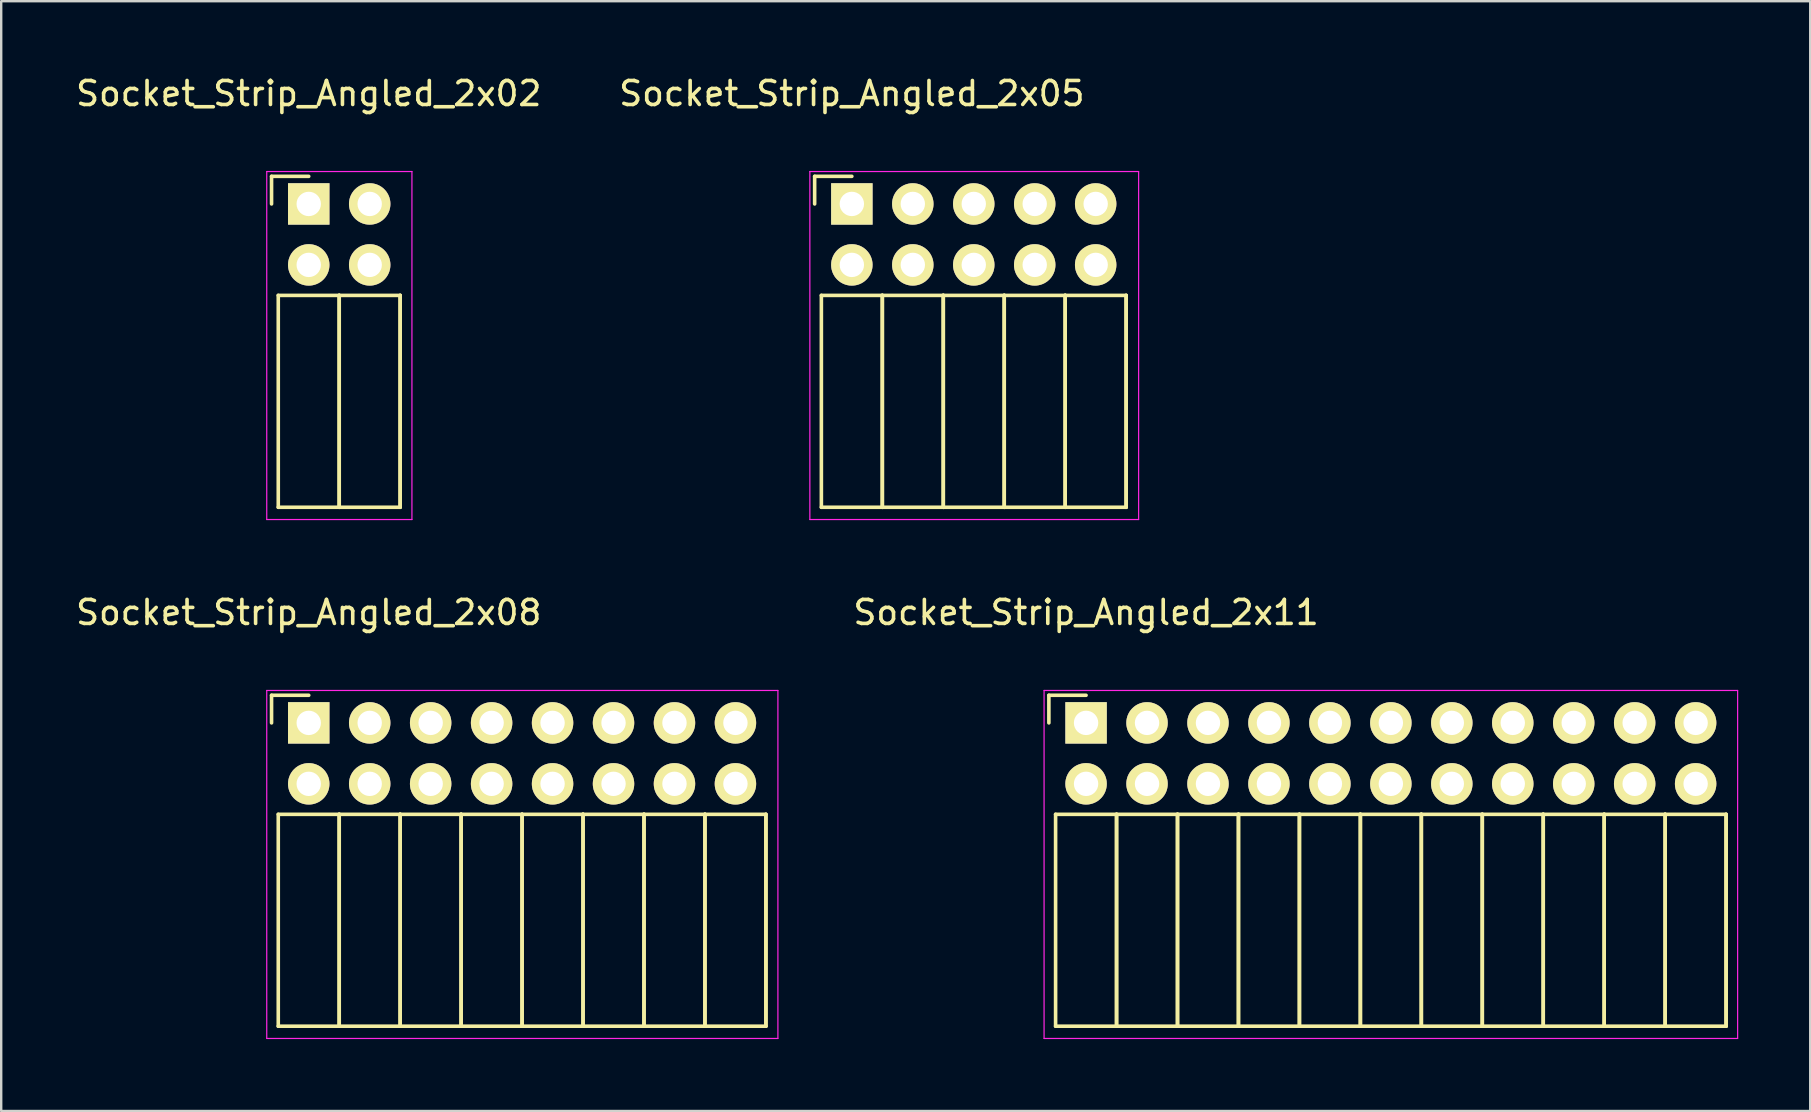
<source format=kicad_pcb>
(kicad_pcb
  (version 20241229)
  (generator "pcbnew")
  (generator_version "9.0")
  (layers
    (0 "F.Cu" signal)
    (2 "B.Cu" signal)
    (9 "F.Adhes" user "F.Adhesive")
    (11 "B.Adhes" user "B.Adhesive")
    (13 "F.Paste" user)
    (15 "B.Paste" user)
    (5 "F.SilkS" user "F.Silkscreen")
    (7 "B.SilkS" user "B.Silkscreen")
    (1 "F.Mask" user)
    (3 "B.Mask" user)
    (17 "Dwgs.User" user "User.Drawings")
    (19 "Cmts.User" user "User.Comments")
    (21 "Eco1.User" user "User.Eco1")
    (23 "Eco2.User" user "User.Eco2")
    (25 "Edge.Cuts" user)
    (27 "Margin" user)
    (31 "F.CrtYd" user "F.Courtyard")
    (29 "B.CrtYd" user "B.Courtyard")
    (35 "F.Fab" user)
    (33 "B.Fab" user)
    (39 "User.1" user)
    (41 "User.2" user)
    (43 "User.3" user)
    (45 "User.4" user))
  (footprint "Socket_Strip_Angled_2x11"
    (layer "F.Cu")
    (at 42.206 27.072)
    (property "Reference" "Socket_Strip_Angled_2x11" (at 0 -4.6 0) (layer "F.SilkS") (effects (font (size 1 1) (thickness 0.15))))
    (attr through_hole)
    (fp_line (start -1.55 -1.15) (end -1.55 0) (stroke (width 0.15) (type solid)) (layer "F.SilkS"))
    (fp_line (start -1.27 3.81) (end -1.27 12.64) (stroke (width 0.15) (type solid)) (layer "F.SilkS"))
    (fp_line (start -1.27 3.81) (end 1.27 3.81) (stroke (width 0.15) (type solid)) (layer "F.SilkS"))
    (fp_line (start -1.27 12.64) (end 1.27 12.64) (stroke (width 0.15) (type solid)) (layer "F.SilkS"))
    (fp_line (start 0 -1.15) (end -1.55 -1.15) (stroke (width 0.15) (type solid)) (layer "F.SilkS"))
    (fp_line (start 1.27 3.81) (end 1.27 12.64) (stroke (width 0.15) (type solid)) (layer "F.SilkS"))
    (fp_line (start 1.27 3.81) (end 3.81 3.81) (stroke (width 0.15) (type solid)) (layer "F.SilkS"))
    (fp_line (start 1.27 12.64) (end 1.27 3.81) (stroke (width 0.15) (type solid)) (layer "F.SilkS"))
    (fp_line (start 1.27 12.64) (end 3.81 12.64) (stroke (width 0.15) (type solid)) (layer "F.SilkS"))
    (fp_line (start 3.81 3.81) (end 3.81 12.64) (stroke (width 0.15) (type solid)) (layer "F.SilkS"))
    (fp_line (start 3.81 3.81) (end 6.35 3.81) (stroke (width 0.15) (type solid)) (layer "F.SilkS"))
    (fp_line (start 3.81 12.64) (end 3.81 3.81) (stroke (width 0.15) (type solid)) (layer "F.SilkS"))
    (fp_line (start 3.81 12.64) (end 6.35 12.64) (stroke (width 0.15) (type solid)) (layer "F.SilkS"))
    (fp_line (start 6.35 3.81) (end 6.35 12.64) (stroke (width 0.15) (type solid)) (layer "F.SilkS"))
    (fp_line (start 6.35 3.81) (end 8.89 3.81) (stroke (width 0.15) (type solid)) (layer "F.SilkS"))
    (fp_line (start 6.35 12.64) (end 6.35 3.81) (stroke (width 0.15) (type solid)) (layer "F.SilkS"))
    (fp_line (start 6.35 12.64) (end 8.89 12.64) (stroke (width 0.15) (type solid)) (layer "F.SilkS"))
    (fp_line (start 8.89 3.81) (end 8.89 12.64) (stroke (width 0.15) (type solid)) (layer "F.SilkS"))
    (fp_line (start 8.89 3.81) (end 11.43 3.81) (stroke (width 0.15) (type solid)) (layer "F.SilkS"))
    (fp_line (start 8.89 12.64) (end 8.89 3.81) (stroke (width 0.15) (type solid)) (layer "F.SilkS"))
    (fp_line (start 8.89 12.64) (end 11.43 12.64) (stroke (width 0.15) (type solid)) (layer "F.SilkS"))
    (fp_line (start 11.43 3.81) (end 11.43 12.64) (stroke (width 0.15) (type solid)) (layer "F.SilkS"))
    (fp_line (start 11.43 3.81) (end 13.97 3.81) (stroke (width 0.15) (type solid)) (layer "F.SilkS"))
    (fp_line (start 11.43 12.64) (end 11.43 3.81) (stroke (width 0.15) (type solid)) (layer "F.SilkS"))
    (fp_line (start 11.43 12.64) (end 13.97 12.64) (stroke (width 0.15) (type solid)) (layer "F.SilkS"))
    (fp_line (start 13.97 3.81) (end 13.97 12.64) (stroke (width 0.15) (type solid)) (layer "F.SilkS"))
    (fp_line (start 13.97 3.81) (end 16.51 3.81) (stroke (width 0.15) (type solid)) (layer "F.SilkS"))
    (fp_line (start 13.97 12.64) (end 13.97 3.81) (stroke (width 0.15) (type solid)) (layer "F.SilkS"))
    (fp_line (start 13.97 12.64) (end 16.51 12.64) (stroke (width 0.15) (type solid)) (layer "F.SilkS"))
    (fp_line (start 16.51 3.81) (end 16.51 12.64) (stroke (width 0.15) (type solid)) (layer "F.SilkS"))
    (fp_line (start 16.51 3.81) (end 19.05 3.81) (stroke (width 0.15) (type solid)) (layer "F.SilkS"))
    (fp_line (start 16.51 12.64) (end 16.51 3.81) (stroke (width 0.15) (type solid)) (layer "F.SilkS"))
    (fp_line (start 16.51 12.64) (end 19.05 12.64) (stroke (width 0.15) (type solid)) (layer "F.SilkS"))
    (fp_line (start 19.05 3.81) (end 19.05 12.64) (stroke (width 0.15) (type solid)) (layer "F.SilkS"))
    (fp_line (start 19.05 3.81) (end 21.59 3.81) (stroke (width 0.15) (type solid)) (layer "F.SilkS"))
    (fp_line (start 19.05 12.64) (end 19.05 3.81) (stroke (width 0.15) (type solid)) (layer "F.SilkS"))
    (fp_line (start 19.05 12.64) (end 21.59 12.64) (stroke (width 0.15) (type solid)) (layer "F.SilkS"))
    (fp_line (start 21.59 3.81) (end 21.59 12.64) (stroke (width 0.15) (type solid)) (layer "F.SilkS"))
    (fp_line (start 21.59 3.81) (end 24.13 3.81) (stroke (width 0.15) (type solid)) (layer "F.SilkS"))
    (fp_line (start 21.59 12.64) (end 21.59 3.81) (stroke (width 0.15) (type solid)) (layer "F.SilkS"))
    (fp_line (start 21.59 12.64) (end 24.13 12.64) (stroke (width 0.15) (type solid)) (layer "F.SilkS"))
    (fp_line (start 24.13 3.81) (end 24.13 12.64) (stroke (width 0.15) (type solid)) (layer "F.SilkS"))
    (fp_line (start 24.13 3.81) (end 26.67 3.81) (stroke (width 0.15) (type solid)) (layer "F.SilkS"))
    (fp_line (start 24.13 12.64) (end 24.13 3.81) (stroke (width 0.15) (type solid)) (layer "F.SilkS"))
    (fp_line (start 24.13 12.64) (end 26.67 12.64) (stroke (width 0.15) (type solid)) (layer "F.SilkS"))
    (fp_line (start 26.67 3.81) (end 26.67 12.64) (stroke (width 0.15) (type solid)) (layer "F.SilkS"))
    (fp_line (start 26.67 12.64) (end 26.67 3.81) (stroke (width 0.15) (type solid)) (layer "F.SilkS"))
    (fp_line (start -1.75 -1.35) (end -1.75 13.15) (stroke (width 0.05) (type solid)) (layer "F.CrtYd"))
    (fp_line (start -1.75 -1.35) (end 27.15 -1.35) (stroke (width 0.05) (type solid)) (layer "F.CrtYd"))
    (fp_line (start -1.75 13.15) (end 27.15 13.15) (stroke (width 0.05) (type solid)) (layer "F.CrtYd"))
    (fp_line (start 27.15 -1.35) (end 27.15 13.15) (stroke (width 0.05) (type solid)) (layer "F.CrtYd"))
    (pad "1" thru_hole rect (at 0 0) (size 1.727 1.727) (drill 1.016) (layers "*.Cu" "*.Mask" "F.SilkS"))
    (pad "2" thru_hole oval (at 0 2.54) (size 1.727 1.727) (drill 1.016) (layers "*.Cu" "*.Mask" "F.SilkS"))
    (pad "3" thru_hole oval (at 2.54 0) (size 1.727 1.727) (drill 1.016) (layers "*.Cu" "*.Mask" "F.SilkS"))
    (pad "4" thru_hole oval (at 2.54 2.54) (size 1.727 1.727) (drill 1.016) (layers "*.Cu" "*.Mask" "F.SilkS"))
    (pad "5" thru_hole oval (at 5.08 0) (size 1.727 1.727) (drill 1.016) (layers "*.Cu" "*.Mask" "F.SilkS"))
    (pad "6" thru_hole oval (at 5.08 2.54) (size 1.727 1.727) (drill 1.016) (layers "*.Cu" "*.Mask" "F.SilkS"))
    (pad "7" thru_hole oval (at 7.62 0) (size 1.727 1.727) (drill 1.016) (layers "*.Cu" "*.Mask" "F.SilkS"))
    (pad "8" thru_hole oval (at 7.62 2.54) (size 1.727 1.727) (drill 1.016) (layers "*.Cu" "*.Mask" "F.SilkS"))
    (pad "9" thru_hole oval (at 10.16 0) (size 1.727 1.727) (drill 1.016) (layers "*.Cu" "*.Mask" "F.SilkS"))
    (pad "10" thru_hole oval (at 10.16 2.54) (size 1.727 1.727) (drill 1.016) (layers "*.Cu" "*.Mask" "F.SilkS"))
    (pad "11" thru_hole oval (at 12.7 0) (size 1.727 1.727) (drill 1.016) (layers "*.Cu" "*.Mask" "F.SilkS"))
    (pad "12" thru_hole oval (at 12.7 2.54) (size 1.727 1.727) (drill 1.016) (layers "*.Cu" "*.Mask" "F.SilkS"))
    (pad "13" thru_hole oval (at 15.24 0) (size 1.727 1.727) (drill 1.016) (layers "*.Cu" "*.Mask" "F.SilkS"))
    (pad "14" thru_hole oval (at 15.24 2.54) (size 1.727 1.727) (drill 1.016) (layers "*.Cu" "*.Mask" "F.SilkS"))
    (pad "15" thru_hole oval (at 17.78 0) (size 1.727 1.727) (drill 1.016) (layers "*.Cu" "*.Mask" "F.SilkS"))
    (pad "16" thru_hole oval (at 17.78 2.54) (size 1.727 1.727) (drill 1.016) (layers "*.Cu" "*.Mask" "F.SilkS"))
    (pad "17" thru_hole oval (at 20.32 0) (size 1.727 1.727) (drill 1.016) (layers "*.Cu" "*.Mask" "F.SilkS"))
    (pad "18" thru_hole oval (at 20.32 2.54) (size 1.727 1.727) (drill 1.016) (layers "*.Cu" "*.Mask" "F.SilkS"))
    (pad "19" thru_hole oval (at 22.86 0) (size 1.727 1.727) (drill 1.016) (layers "*.Cu" "*.Mask" "F.SilkS"))
    (pad "20" thru_hole oval (at 22.86 2.54) (size 1.727 1.727) (drill 1.016) (layers "*.Cu" "*.Mask" "F.SilkS"))
    (pad "21" thru_hole oval (at 25.4 0) (size 1.727 1.727) (drill 1.016) (layers "*.Cu" "*.Mask" "F.SilkS"))
    (pad "22" thru_hole oval (at 25.4 2.54) (size 1.727 1.727) (drill 1.016) (layers "*.Cu" "*.Mask" "F.SilkS")))
  (footprint "Socket_Strip_Angled_2x05"
    (layer "F.Cu")
    (at 32.446 5.448)
    (property "Reference" "Socket_Strip_Angled_2x05" (at 0 -4.6 0) (layer "F.SilkS") (effects (font (size 1 1) (thickness 0.15))))
    (attr through_hole)
    (fp_line (start -1.55 -1.15) (end -1.55 0) (stroke (width 0.15) (type solid)) (layer "F.SilkS"))
    (fp_line (start -1.27 3.81) (end -1.27 12.64) (stroke (width 0.15) (type solid)) (layer "F.SilkS"))
    (fp_line (start -1.27 3.81) (end 1.27 3.81) (stroke (width 0.15) (type solid)) (layer "F.SilkS"))
    (fp_line (start -1.27 12.64) (end 1.27 12.64) (stroke (width 0.15) (type solid)) (layer "F.SilkS"))
    (fp_line (start 0 -1.15) (end -1.55 -1.15) (stroke (width 0.15) (type solid)) (layer "F.SilkS"))
    (fp_line (start 1.27 3.81) (end 1.27 12.64) (stroke (width 0.15) (type solid)) (layer "F.SilkS"))
    (fp_line (start 1.27 3.81) (end 3.81 3.81) (stroke (width 0.15) (type solid)) (layer "F.SilkS"))
    (fp_line (start 1.27 12.64) (end 1.27 3.81) (stroke (width 0.15) (type solid)) (layer "F.SilkS"))
    (fp_line (start 1.27 12.64) (end 3.81 12.64) (stroke (width 0.15) (type solid)) (layer "F.SilkS"))
    (fp_line (start 3.81 3.81) (end 3.81 12.64) (stroke (width 0.15) (type solid)) (layer "F.SilkS"))
    (fp_line (start 3.81 3.81) (end 6.35 3.81) (stroke (width 0.15) (type solid)) (layer "F.SilkS"))
    (fp_line (start 3.81 12.64) (end 3.81 3.81) (stroke (width 0.15) (type solid)) (layer "F.SilkS"))
    (fp_line (start 3.81 12.64) (end 6.35 12.64) (stroke (width 0.15) (type solid)) (layer "F.SilkS"))
    (fp_line (start 6.35 3.81) (end 6.35 12.64) (stroke (width 0.15) (type solid)) (layer "F.SilkS"))
    (fp_line (start 6.35 3.81) (end 8.89 3.81) (stroke (width 0.15) (type solid)) (layer "F.SilkS"))
    (fp_line (start 6.35 12.64) (end 6.35 3.81) (stroke (width 0.15) (type solid)) (layer "F.SilkS"))
    (fp_line (start 6.35 12.64) (end 8.89 12.64) (stroke (width 0.15) (type solid)) (layer "F.SilkS"))
    (fp_line (start 8.89 3.81) (end 8.89 12.64) (stroke (width 0.15) (type solid)) (layer "F.SilkS"))
    (fp_line (start 8.89 3.81) (end 11.43 3.81) (stroke (width 0.15) (type solid)) (layer "F.SilkS"))
    (fp_line (start 8.89 12.64) (end 8.89 3.81) (stroke (width 0.15) (type solid)) (layer "F.SilkS"))
    (fp_line (start 8.89 12.64) (end 11.43 12.64) (stroke (width 0.15) (type solid)) (layer "F.SilkS"))
    (fp_line (start 11.43 3.81) (end 11.43 12.64) (stroke (width 0.15) (type solid)) (layer "F.SilkS"))
    (fp_line (start 11.43 12.64) (end 11.43 3.81) (stroke (width 0.15) (type solid)) (layer "F.SilkS"))
    (fp_line (start -1.75 -1.35) (end -1.75 13.15) (stroke (width 0.05) (type solid)) (layer "F.CrtYd"))
    (fp_line (start -1.75 -1.35) (end 11.95 -1.35) (stroke (width 0.05) (type solid)) (layer "F.CrtYd"))
    (fp_line (start -1.75 13.15) (end 11.95 13.15) (stroke (width 0.05) (type solid)) (layer "F.CrtYd"))
    (fp_line (start 11.95 -1.35) (end 11.95 13.15) (stroke (width 0.05) (type solid)) (layer "F.CrtYd"))
    (pad "1" thru_hole rect (at 0 0) (size 1.727 1.727) (drill 1.016) (layers "*.Cu" "*.Mask" "F.SilkS"))
    (pad "2" thru_hole oval (at 0 2.54) (size 1.727 1.727) (drill 1.016) (layers "*.Cu" "*.Mask" "F.SilkS"))
    (pad "3" thru_hole oval (at 2.54 0) (size 1.727 1.727) (drill 1.016) (layers "*.Cu" "*.Mask" "F.SilkS"))
    (pad "4" thru_hole oval (at 2.54 2.54) (size 1.727 1.727) (drill 1.016) (layers "*.Cu" "*.Mask" "F.SilkS"))
    (pad "5" thru_hole oval (at 5.08 0) (size 1.727 1.727) (drill 1.016) (layers "*.Cu" "*.Mask" "F.SilkS"))
    (pad "6" thru_hole oval (at 5.08 2.54) (size 1.727 1.727) (drill 1.016) (layers "*.Cu" "*.Mask" "F.SilkS"))
    (pad "7" thru_hole oval (at 7.62 0) (size 1.727 1.727) (drill 1.016) (layers "*.Cu" "*.Mask" "F.SilkS"))
    (pad "8" thru_hole oval (at 7.62 2.54) (size 1.727 1.727) (drill 1.016) (layers "*.Cu" "*.Mask" "F.SilkS"))
    (pad "9" thru_hole oval (at 10.16 0) (size 1.727 1.727) (drill 1.016) (layers "*.Cu" "*.Mask" "F.SilkS"))
    (pad "10" thru_hole oval (at 10.16 2.54) (size 1.727 1.727) (drill 1.016) (layers "*.Cu" "*.Mask" "F.SilkS")))
  (footprint "Socket_Strip_Angled_2x08"
    (layer "F.Cu")
    (at 9.815 27.072)
    (property "Reference" "Socket_Strip_Angled_2x08" (at 0 -4.6 0) (layer "F.SilkS") (effects (font (size 1 1) (thickness 0.15))))
    (attr through_hole)
    (fp_line (start -1.55 -1.15) (end -1.55 0) (stroke (width 0.15) (type solid)) (layer "F.SilkS"))
    (fp_line (start -1.27 3.81) (end -1.27 12.64) (stroke (width 0.15) (type solid)) (layer "F.SilkS"))
    (fp_line (start -1.27 3.81) (end 1.27 3.81) (stroke (width 0.15) (type solid)) (layer "F.SilkS"))
    (fp_line (start -1.27 12.64) (end 1.27 12.64) (stroke (width 0.15) (type solid)) (layer "F.SilkS"))
    (fp_line (start 0 -1.15) (end -1.55 -1.15) (stroke (width 0.15) (type solid)) (layer "F.SilkS"))
    (fp_line (start 1.27 3.81) (end 1.27 12.64) (stroke (width 0.15) (type solid)) (layer "F.SilkS"))
    (fp_line (start 1.27 3.81) (end 3.81 3.81) (stroke (width 0.15) (type solid)) (layer "F.SilkS"))
    (fp_line (start 1.27 12.64) (end 1.27 3.81) (stroke (width 0.15) (type solid)) (layer "F.SilkS"))
    (fp_line (start 1.27 12.64) (end 3.81 12.64) (stroke (width 0.15) (type solid)) (layer "F.SilkS"))
    (fp_line (start 3.81 3.81) (end 3.81 12.64) (stroke (width 0.15) (type solid)) (layer "F.SilkS"))
    (fp_line (start 3.81 3.81) (end 6.35 3.81) (stroke (width 0.15) (type solid)) (layer "F.SilkS"))
    (fp_line (start 3.81 12.64) (end 3.81 3.81) (stroke (width 0.15) (type solid)) (layer "F.SilkS"))
    (fp_line (start 3.81 12.64) (end 6.35 12.64) (stroke (width 0.15) (type solid)) (layer "F.SilkS"))
    (fp_line (start 6.35 3.81) (end 6.35 12.64) (stroke (width 0.15) (type solid)) (layer "F.SilkS"))
    (fp_line (start 6.35 3.81) (end 8.89 3.81) (stroke (width 0.15) (type solid)) (layer "F.SilkS"))
    (fp_line (start 6.35 12.64) (end 6.35 3.81) (stroke (width 0.15) (type solid)) (layer "F.SilkS"))
    (fp_line (start 6.35 12.64) (end 8.89 12.64) (stroke (width 0.15) (type solid)) (layer "F.SilkS"))
    (fp_line (start 8.89 3.81) (end 8.89 12.64) (stroke (width 0.15) (type solid)) (layer "F.SilkS"))
    (fp_line (start 8.89 3.81) (end 11.43 3.81) (stroke (width 0.15) (type solid)) (layer "F.SilkS"))
    (fp_line (start 8.89 12.64) (end 8.89 3.81) (stroke (width 0.15) (type solid)) (layer "F.SilkS"))
    (fp_line (start 8.89 12.64) (end 11.43 12.64) (stroke (width 0.15) (type solid)) (layer "F.SilkS"))
    (fp_line (start 11.43 3.81) (end 11.43 12.64) (stroke (width 0.15) (type solid)) (layer "F.SilkS"))
    (fp_line (start 11.43 3.81) (end 13.97 3.81) (stroke (width 0.15) (type solid)) (layer "F.SilkS"))
    (fp_line (start 11.43 12.64) (end 11.43 3.81) (stroke (width 0.15) (type solid)) (layer "F.SilkS"))
    (fp_line (start 11.43 12.64) (end 13.97 12.64) (stroke (width 0.15) (type solid)) (layer "F.SilkS"))
    (fp_line (start 13.97 3.81) (end 13.97 12.64) (stroke (width 0.15) (type solid)) (layer "F.SilkS"))
    (fp_line (start 13.97 3.81) (end 16.51 3.81) (stroke (width 0.15) (type solid)) (layer "F.SilkS"))
    (fp_line (start 13.97 12.64) (end 13.97 3.81) (stroke (width 0.15) (type solid)) (layer "F.SilkS"))
    (fp_line (start 13.97 12.64) (end 16.51 12.64) (stroke (width 0.15) (type solid)) (layer "F.SilkS"))
    (fp_line (start 16.51 3.81) (end 16.51 12.64) (stroke (width 0.15) (type solid)) (layer "F.SilkS"))
    (fp_line (start 16.51 3.81) (end 19.05 3.81) (stroke (width 0.15) (type solid)) (layer "F.SilkS"))
    (fp_line (start 16.51 12.64) (end 16.51 3.81) (stroke (width 0.15) (type solid)) (layer "F.SilkS"))
    (fp_line (start 16.51 12.64) (end 19.05 12.64) (stroke (width 0.15) (type solid)) (layer "F.SilkS"))
    (fp_line (start 19.05 3.81) (end 19.05 12.64) (stroke (width 0.15) (type solid)) (layer "F.SilkS"))
    (fp_line (start 19.05 12.64) (end 19.05 3.81) (stroke (width 0.15) (type solid)) (layer "F.SilkS"))
    (fp_line (start -1.75 -1.35) (end -1.75 13.15) (stroke (width 0.05) (type solid)) (layer "F.CrtYd"))
    (fp_line (start -1.75 -1.35) (end 19.55 -1.35) (stroke (width 0.05) (type solid)) (layer "F.CrtYd"))
    (fp_line (start -1.75 13.15) (end 19.55 13.15) (stroke (width 0.05) (type solid)) (layer "F.CrtYd"))
    (fp_line (start 19.55 -1.35) (end 19.55 13.15) (stroke (width 0.05) (type solid)) (layer "F.CrtYd"))
    (pad "1" thru_hole rect (at 0 0) (size 1.727 1.727) (drill 1.016) (layers "*.Cu" "*.Mask" "F.SilkS"))
    (pad "2" thru_hole oval (at 0 2.54) (size 1.727 1.727) (drill 1.016) (layers "*.Cu" "*.Mask" "F.SilkS"))
    (pad "3" thru_hole oval (at 2.54 0) (size 1.727 1.727) (drill 1.016) (layers "*.Cu" "*.Mask" "F.SilkS"))
    (pad "4" thru_hole oval (at 2.54 2.54) (size 1.727 1.727) (drill 1.016) (layers "*.Cu" "*.Mask" "F.SilkS"))
    (pad "5" thru_hole oval (at 5.08 0) (size 1.727 1.727) (drill 1.016) (layers "*.Cu" "*.Mask" "F.SilkS"))
    (pad "6" thru_hole oval (at 5.08 2.54) (size 1.727 1.727) (drill 1.016) (layers "*.Cu" "*.Mask" "F.SilkS"))
    (pad "7" thru_hole oval (at 7.62 0) (size 1.727 1.727) (drill 1.016) (layers "*.Cu" "*.Mask" "F.SilkS"))
    (pad "8" thru_hole oval (at 7.62 2.54) (size 1.727 1.727) (drill 1.016) (layers "*.Cu" "*.Mask" "F.SilkS"))
    (pad "9" thru_hole oval (at 10.16 0) (size 1.727 1.727) (drill 1.016) (layers "*.Cu" "*.Mask" "F.SilkS"))
    (pad "10" thru_hole oval (at 10.16 2.54) (size 1.727 1.727) (drill 1.016) (layers "*.Cu" "*.Mask" "F.SilkS"))
    (pad "11" thru_hole oval (at 12.7 0) (size 1.727 1.727) (drill 1.016) (layers "*.Cu" "*.Mask" "F.SilkS"))
    (pad "12" thru_hole oval (at 12.7 2.54) (size 1.727 1.727) (drill 1.016) (layers "*.Cu" "*.Mask" "F.SilkS"))
    (pad "13" thru_hole oval (at 15.24 0) (size 1.727 1.727) (drill 1.016) (layers "*.Cu" "*.Mask" "F.SilkS"))
    (pad "14" thru_hole oval (at 15.24 2.54) (size 1.727 1.727) (drill 1.016) (layers "*.Cu" "*.Mask" "F.SilkS"))
    (pad "15" thru_hole oval (at 17.78 0) (size 1.727 1.727) (drill 1.016) (layers "*.Cu" "*.Mask" "F.SilkS"))
    (pad "16" thru_hole oval (at 17.78 2.54) (size 1.727 1.727) (drill 1.016) (layers "*.Cu" "*.Mask" "F.SilkS")))
  (footprint "Socket_Strip_Angled_2x02"
    (layer "F.Cu")
    (at 9.815 5.448)
    (property "Reference" "Socket_Strip_Angled_2x02" (at 0 -4.6 0) (layer "F.SilkS") (effects (font (size 1 1) (thickness 0.15))))
    (attr through_hole)
    (fp_line (start -1.55 -1.15) (end -1.55 0) (stroke (width 0.15) (type solid)) (layer "F.SilkS"))
    (fp_line (start -1.27 3.81) (end -1.27 12.64) (stroke (width 0.15) (type solid)) (layer "F.SilkS"))
    (fp_line (start -1.27 3.81) (end 1.27 3.81) (stroke (width 0.15) (type solid)) (layer "F.SilkS"))
    (fp_line (start -1.27 12.64) (end 1.27 12.64) (stroke (width 0.15) (type solid)) (layer "F.SilkS"))
    (fp_line (start 0 -1.15) (end -1.55 -1.15) (stroke (width 0.15) (type solid)) (layer "F.SilkS"))
    (fp_line (start 1.27 3.81) (end 1.27 12.64) (stroke (width 0.15) (type solid)) (layer "F.SilkS"))
    (fp_line (start 1.27 3.81) (end 3.81 3.81) (stroke (width 0.15) (type solid)) (layer "F.SilkS"))
    (fp_line (start 1.27 12.64) (end 1.27 3.81) (stroke (width 0.15) (type solid)) (layer "F.SilkS"))
    (fp_line (start 1.27 12.64) (end 3.81 12.64) (stroke (width 0.15) (type solid)) (layer "F.SilkS"))
    (fp_line (start 3.81 3.81) (end 3.81 12.64) (stroke (width 0.15) (type solid)) (layer "F.SilkS"))
    (fp_line (start 3.81 12.64) (end 3.81 3.81) (stroke (width 0.15) (type solid)) (layer "F.SilkS"))
    (fp_line (start -1.75 -1.35) (end -1.75 13.15) (stroke (width 0.05) (type solid)) (layer "F.CrtYd"))
    (fp_line (start -1.75 -1.35) (end 4.3 -1.35) (stroke (width 0.05) (type solid)) (layer "F.CrtYd"))
    (fp_line (start -1.75 13.15) (end 4.3 13.15) (stroke (width 0.05) (type solid)) (layer "F.CrtYd"))
    (fp_line (start 4.3 -1.35) (end 4.3 13.15) (stroke (width 0.05) (type solid)) (layer "F.CrtYd"))
    (pad "1" thru_hole rect (at 0 0) (size 1.727 1.727) (drill 1.016) (layers "*.Cu" "*.Mask" "F.SilkS"))
    (pad "2" thru_hole oval (at 0 2.54) (size 1.727 1.727) (drill 1.016) (layers "*.Cu" "*.Mask" "F.SilkS"))
    (pad "3" thru_hole oval (at 2.54 0) (size 1.727 1.727) (drill 1.016) (layers "*.Cu" "*.Mask" "F.SilkS"))
    (pad "4" thru_hole oval (at 2.54 2.54) (size 1.727 1.727) (drill 1.016) (layers "*.Cu" "*.Mask" "F.SilkS")))
  (gr_rect
    (start -3 -3)
    (end 72.381 43.246)
    (stroke (width 0.1) (type default))
    (fill no)
    (layer "Edge.Cuts")))
</source>
